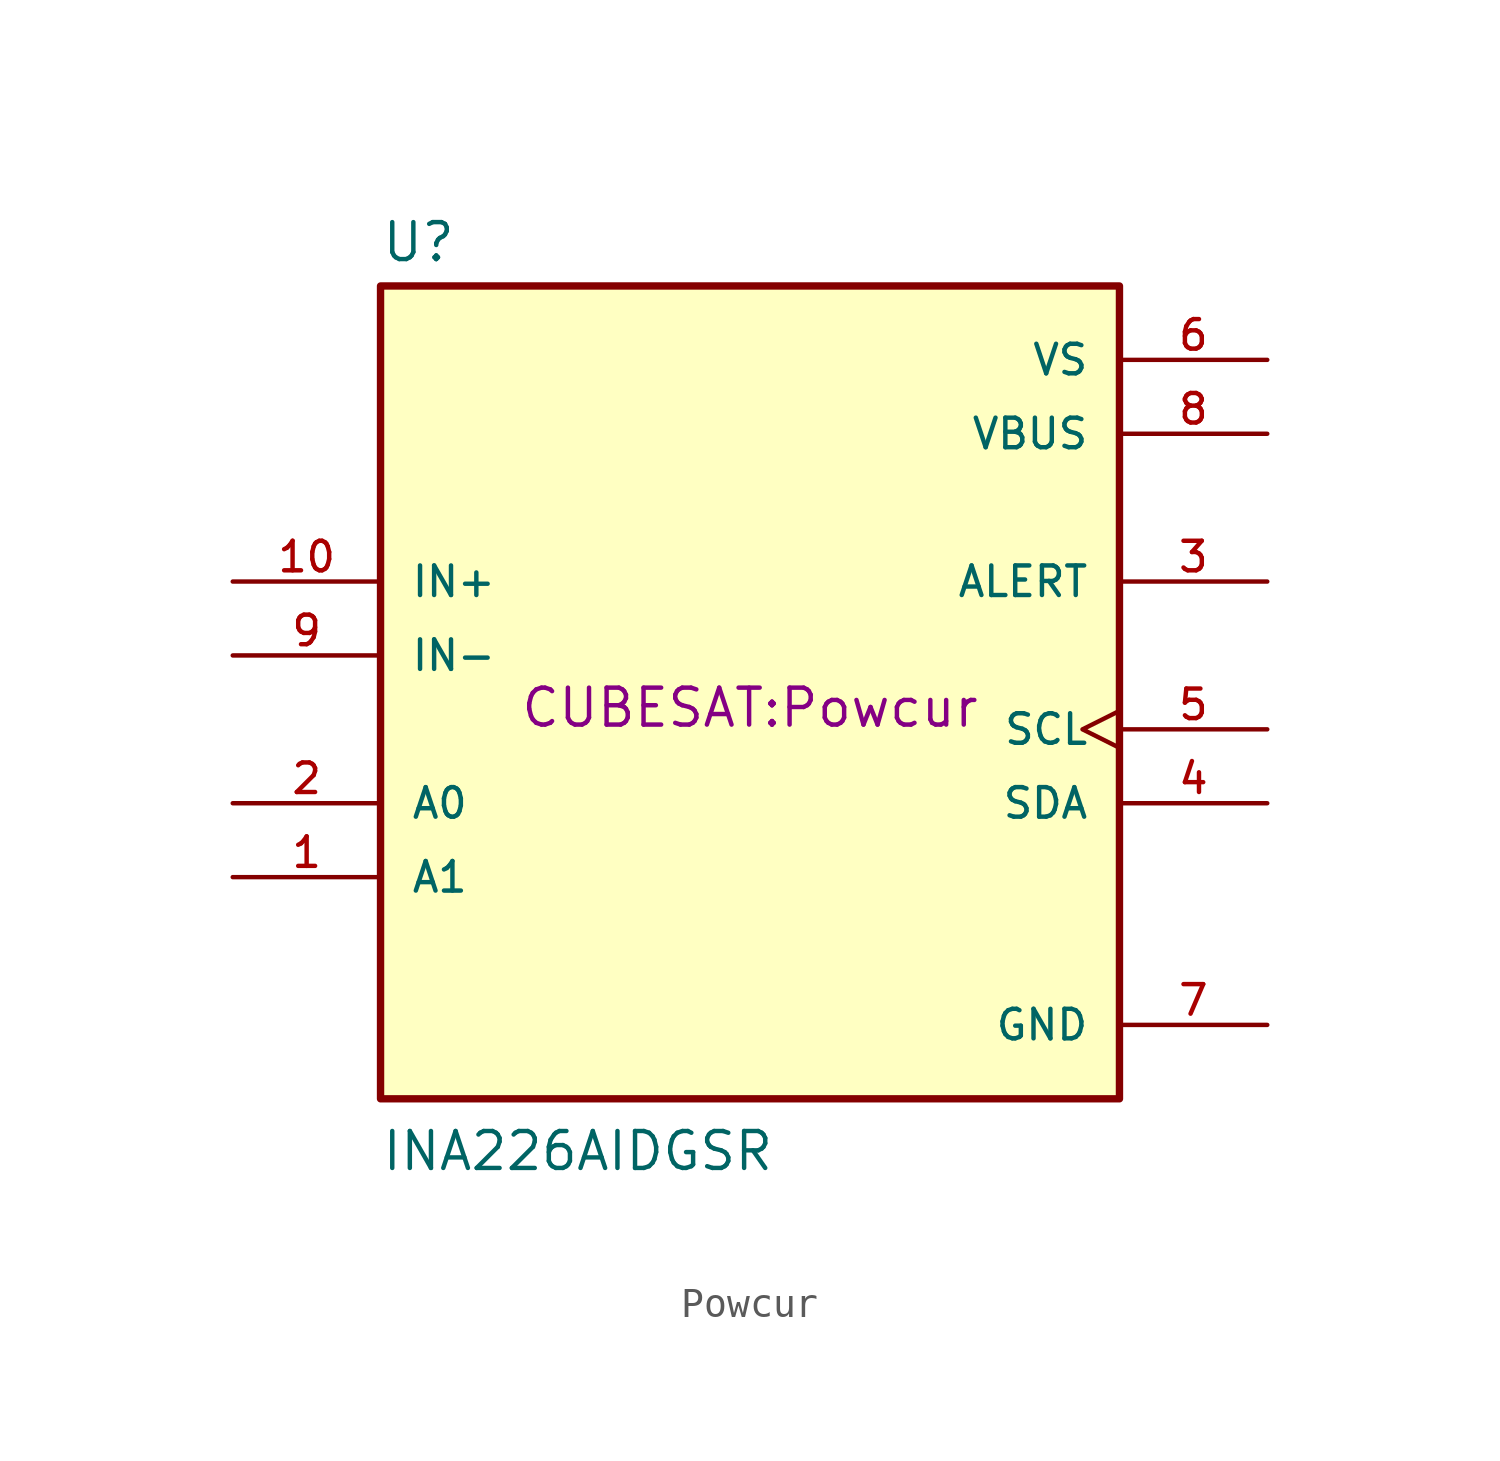
<source format=kicad_sym>
(kicad_symbol_lib
  (version 20220914)
  (generator kicad_symbol_editor)
  (symbol "Powcur"
    (pin_names
      (offset 1.016))
    (property "Reference" "U"
      (at -12.7 16.002 0)
      (effects (font (size 1.27 1.27)) (justify left bottom)))
    (property "Value" "INA226AIDGSR"
      (at -12.7 -15.24 0)
      (effects (font (size 1.27 1.27)) (justify left bottom)))
    (property "Footprint" "CUBESAT:Powcur"
      (at 0 0 0)
      (effects (font (size 1.27 1.27)) (justify bottom)))
    (symbol "Powcur_0_0"
      (rectangle (start -12.7 15.24) (end 12.7 -12.7) (stroke (width 0.254) (type default)) (fill (type background)))
      (pin input line (at -17.78 -5.08 0) (length 5.08) (name "A1" (effects (font (size 1.016 1.016)))) (number "1" (effects (font (size 1.016 1.016)))))
      (pin input line (at -17.78 5.08 0) (length 5.08) (name "IN+" (effects (font (size 1.016 1.016)))) (number "10" (effects (font (size 1.016 1.016)))))
      (pin input line (at -17.78 -2.54 0) (length 5.08) (name "A0" (effects (font (size 1.016 1.016)))) (number "2" (effects (font (size 1.016 1.016)))))
      (pin output line (at 17.78 5.08 180) (length 5.08) (name "ALERT" (effects (font (size 1.016 1.016)))) (number "3" (effects (font (size 1.016 1.016)))))
      (pin bidirectional line (at 17.78 -2.54 180) (length 5.08) (name "SDA" (effects (font (size 1.016 1.016)))) (number "4" (effects (font (size 1.016 1.016)))))
      (pin input clock (at 17.78 0 180) (length 5.08) (name "SCL" (effects (font (size 1.016 1.016)))) (number "5" (effects (font (size 1.016 1.016)))))
      (pin power_in line (at 17.78 12.7 180) (length 5.08) (name "VS" (effects (font (size 1.016 1.016)))) (number "6" (effects (font (size 1.016 1.016)))))
      (pin power_in line (at 17.78 -10.16 180) (length 5.08) (name "GND" (effects (font (size 1.016 1.016)))) (number "7" (effects (font (size 1.016 1.016)))))
      (pin power_in line (at 17.78 10.16 180) (length 5.08) (name "VBUS" (effects (font (size 1.016 1.016)))) (number "8" (effects (font (size 1.016 1.016)))))
      (pin input line (at -17.78 2.54 0) (length 5.08) (name "IN-" (effects (font (size 1.016 1.016)))) (number "9" (effects (font (size 1.016 1.016))))))))
</source>
